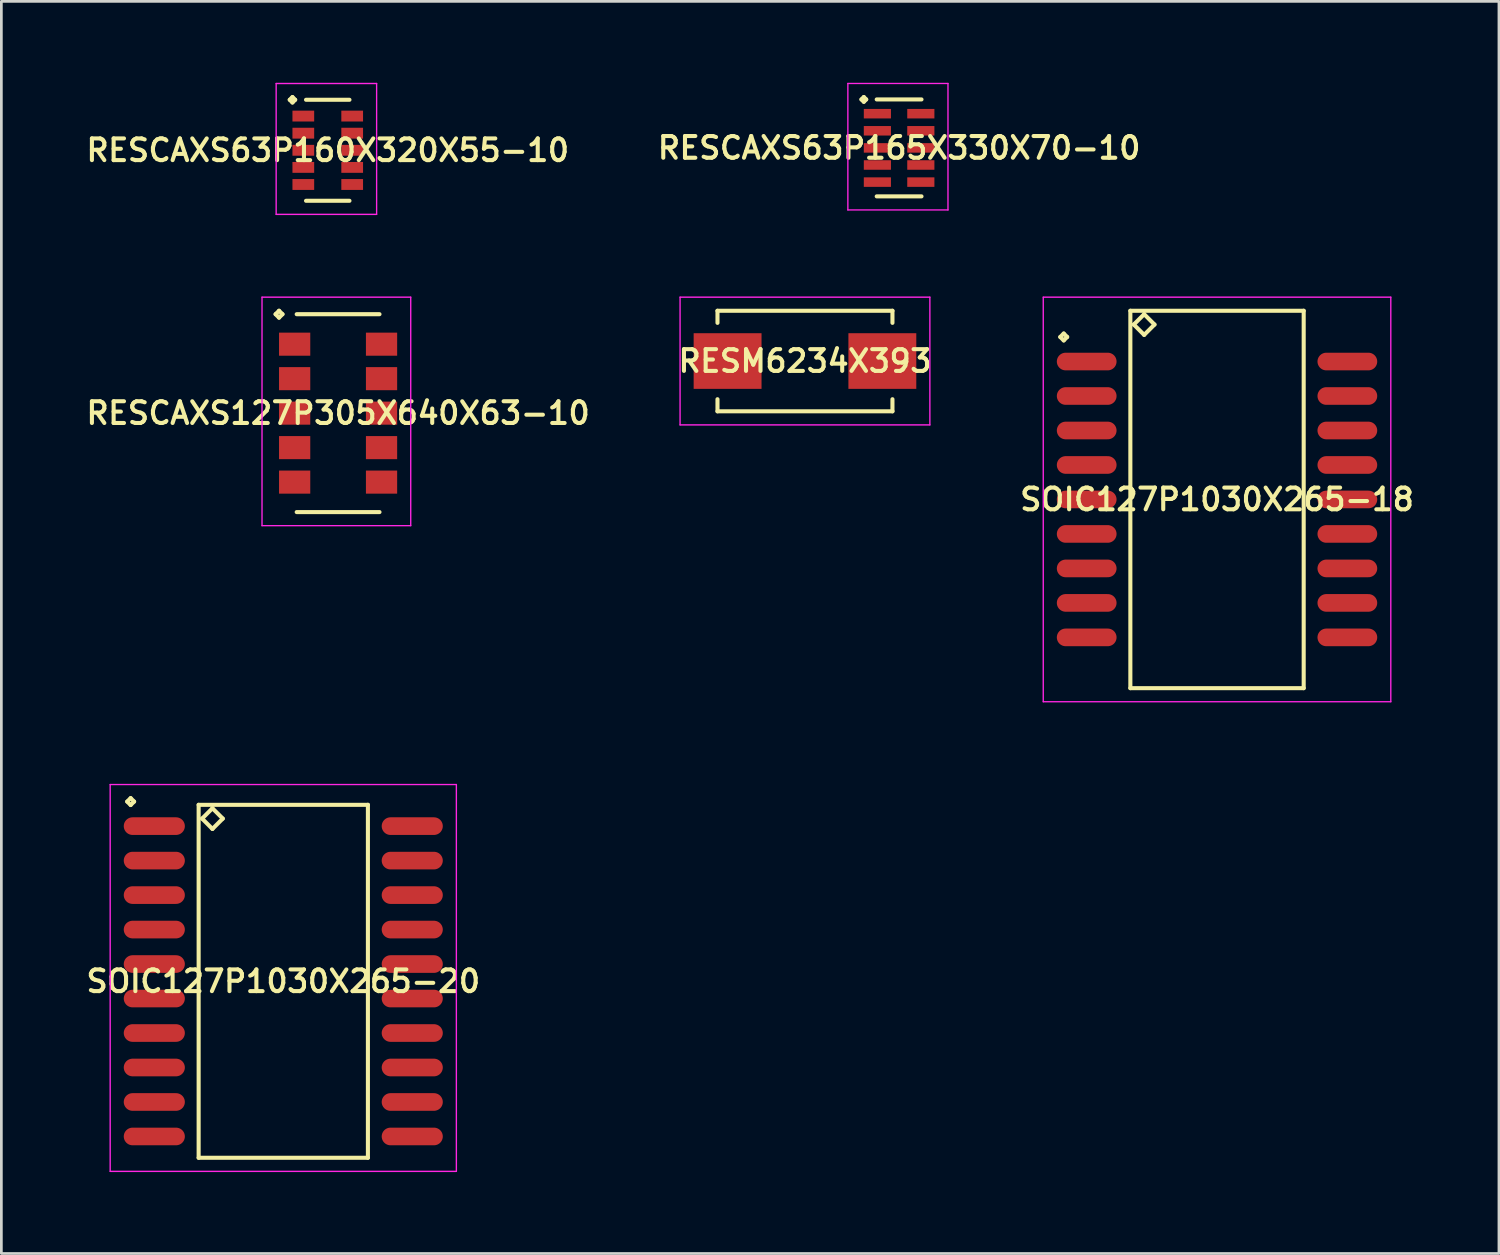
<source format=kicad_pcb>
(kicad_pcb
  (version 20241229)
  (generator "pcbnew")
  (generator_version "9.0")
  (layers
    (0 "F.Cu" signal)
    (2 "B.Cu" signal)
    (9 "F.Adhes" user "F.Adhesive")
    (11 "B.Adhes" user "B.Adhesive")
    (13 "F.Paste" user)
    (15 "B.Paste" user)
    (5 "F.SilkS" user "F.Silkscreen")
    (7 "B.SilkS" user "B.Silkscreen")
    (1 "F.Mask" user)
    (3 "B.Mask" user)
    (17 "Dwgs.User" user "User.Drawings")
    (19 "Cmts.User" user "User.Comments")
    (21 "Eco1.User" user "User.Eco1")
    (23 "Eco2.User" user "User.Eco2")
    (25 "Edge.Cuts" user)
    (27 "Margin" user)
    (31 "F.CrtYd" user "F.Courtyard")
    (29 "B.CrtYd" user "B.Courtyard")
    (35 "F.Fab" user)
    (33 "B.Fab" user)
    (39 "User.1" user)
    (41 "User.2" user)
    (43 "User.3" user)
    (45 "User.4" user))
  (footprint "SOIC127P1030X265-20"
    (layer "F.Cu")
    (at 7.383 33.091)
    (property "Reference" "SOIC127P1030X265-20" (at 0 0 0) (layer "F.SilkS") (effects (font (size 0.8 0.8) (thickness 0.15))))
    (attr smd)
    (fp_line (start -5.748 -6.619) (end -5.621 -6.746) (stroke (width 0.15) (type solid)) (layer "F.SilkS"))
    (fp_line (start -5.621 -6.746) (end -5.494 -6.619) (stroke (width 0.15) (type solid)) (layer "F.SilkS"))
    (fp_line (start -5.621 -6.492) (end -5.748 -6.619) (stroke (width 0.15) (type solid)) (layer "F.SilkS"))
    (fp_line (start -5.494 -6.619) (end -5.621 -6.492) (stroke (width 0.15) (type solid)) (layer "F.SilkS"))
    (fp_line (start -3.117 -6.5) (end -3.117 6.5) (stroke (width 0.15) (type solid)) (layer "F.SilkS"))
    (fp_line (start -3.117 6.5) (end 3.117 6.5) (stroke (width 0.15) (type solid)) (layer "F.SilkS"))
    (fp_line (start -2.99 -5.992) (end -2.609 -6.373) (stroke (width 0.15) (type solid)) (layer "F.SilkS"))
    (fp_line (start -2.609 -6.373) (end -2.228 -5.992) (stroke (width 0.15) (type solid)) (layer "F.SilkS"))
    (fp_line (start -2.609 -5.611) (end -2.99 -5.992) (stroke (width 0.15) (type solid)) (layer "F.SilkS"))
    (fp_line (start -2.228 -5.992) (end -2.609 -5.611) (stroke (width 0.15) (type solid)) (layer "F.SilkS"))
    (fp_line (start 3.117 -6.5) (end -3.117 -6.5) (stroke (width 0.15) (type solid)) (layer "F.SilkS"))
    (fp_line (start 3.117 6.5) (end 3.117 -6.5) (stroke (width 0.15) (type solid)) (layer "F.SilkS"))
    (fp_line (start -6.375 -7.246) (end 6.375 -7.246) (stroke (width 0.05) (type solid)) (layer "F.CrtYd"))
    (fp_line (start -6.375 7) (end -6.375 -7.246) (stroke (width 0.05) (type solid)) (layer "F.CrtYd"))
    (fp_line (start 6.375 -7.246) (end 6.375 7) (stroke (width 0.05) (type solid)) (layer "F.CrtYd"))
    (fp_line (start 6.375 7) (end -6.375 7) (stroke (width 0.05) (type solid)) (layer "F.CrtYd"))
    (pad "1" smd oval (at -4.75 -5.715) (size 2.25 0.65) (layers "F.Cu" "F.Mask" "F.Paste"))
    (pad "2" smd oval (at -4.75 -4.445) (size 2.25 0.65) (layers "F.Cu" "F.Mask" "F.Paste"))
    (pad "3" smd oval (at -4.75 -3.175) (size 2.25 0.65) (layers "F.Cu" "F.Mask" "F.Paste"))
    (pad "4" smd oval (at -4.75 -1.905) (size 2.25 0.65) (layers "F.Cu" "F.Mask" "F.Paste"))
    (pad "5" smd oval (at -4.75 -0.635) (size 2.25 0.65) (layers "F.Cu" "F.Mask" "F.Paste"))
    (pad "6" smd oval (at -4.75 0.635) (size 2.25 0.65) (layers "F.Cu" "F.Mask" "F.Paste"))
    (pad "7" smd oval (at -4.75 1.905) (size 2.25 0.65) (layers "F.Cu" "F.Mask" "F.Paste"))
    (pad "8" smd oval (at -4.75 3.175) (size 2.25 0.65) (layers "F.Cu" "F.Mask" "F.Paste"))
    (pad "9" smd oval (at -4.75 4.445) (size 2.25 0.65) (layers "F.Cu" "F.Mask" "F.Paste"))
    (pad "10" smd oval (at -4.75 5.715) (size 2.25 0.65) (layers "F.Cu" "F.Mask" "F.Paste"))
    (pad "11" smd oval (at 4.75 5.715) (size 2.25 0.65) (layers "F.Cu" "F.Mask" "F.Paste"))
    (pad "12" smd oval (at 4.75 4.445) (size 2.25 0.65) (layers "F.Cu" "F.Mask" "F.Paste"))
    (pad "13" smd oval (at 4.75 3.175) (size 2.25 0.65) (layers "F.Cu" "F.Mask" "F.Paste"))
    (pad "14" smd oval (at 4.75 1.905) (size 2.25 0.65) (layers "F.Cu" "F.Mask" "F.Paste"))
    (pad "15" smd oval (at 4.75 0.635) (size 2.25 0.65) (layers "F.Cu" "F.Mask" "F.Paste"))
    (pad "16" smd oval (at 4.75 -0.635) (size 2.25 0.65) (layers "F.Cu" "F.Mask" "F.Paste"))
    (pad "17" smd oval (at 4.75 -1.905) (size 2.25 0.65) (layers "F.Cu" "F.Mask" "F.Paste"))
    (pad "18" smd oval (at 4.75 -3.175) (size 2.25 0.65) (layers "F.Cu" "F.Mask" "F.Paste"))
    (pad "19" smd oval (at 4.75 -4.445) (size 2.25 0.65) (layers "F.Cu" "F.Mask" "F.Paste"))
    (pad "20" smd oval (at 4.75 -5.715) (size 2.25 0.65) (layers "F.Cu" "F.Mask" "F.Paste")))
  (footprint "RESM6234X393"
    (layer "F.Cu")
    (at 26.597 10.247)
    (property "Reference" "RESM6234X393" (at 0 0 0) (layer "F.SilkS") (effects (font (size 0.8 0.8) (thickness 0.15))))
    (attr smd)
    (fp_line (start -3.222 -1.852) (end 3.222 -1.852) (stroke (width 0.15) (type solid)) (layer "F.SilkS"))
    (fp_line (start -3.222 -1.406) (end -3.222 -1.852) (stroke (width 0.15) (type solid)) (layer "F.SilkS"))
    (fp_line (start -3.222 1.406) (end -3.222 1.852) (stroke (width 0.15) (type solid)) (layer "F.SilkS"))
    (fp_line (start -3.222 1.852) (end 3.222 1.852) (stroke (width 0.15) (type solid)) (layer "F.SilkS"))
    (fp_line (start 3.222 -1.852) (end 3.222 -1.406) (stroke (width 0.15) (type solid)) (layer "F.SilkS"))
    (fp_line (start 3.222 1.852) (end 3.222 1.406) (stroke (width 0.15) (type solid)) (layer "F.SilkS"))
    (fp_line (start -4.6 -2.352) (end 4.6 -2.352) (stroke (width 0.05) (type solid)) (layer "F.CrtYd"))
    (fp_line (start -4.6 2.352) (end -4.6 -2.352) (stroke (width 0.05) (type solid)) (layer "F.CrtYd"))
    (fp_line (start 4.6 -2.352) (end 4.6 2.352) (stroke (width 0.05) (type solid)) (layer "F.CrtYd"))
    (fp_line (start 4.6 2.352) (end -4.6 2.352) (stroke (width 0.05) (type solid)) (layer "F.CrtYd"))
    (pad "1" smd rect (at -2.85 0) (size 2.5 2.05) (layers "F.Cu" "F.Mask" "F.Paste"))
    (pad "2" smd rect (at 2.85 0) (size 2.5 2.05) (layers "F.Cu" "F.Mask" "F.Paste")))
  (footprint "SOIC127P1030X265-18"
    (layer "F.Cu")
    (at 41.773 15.345)
    (property "Reference" "SOIC127P1030X265-18" (at 0 0 0) (layer "F.SilkS") (effects (font (size 0.8 0.8) (thickness 0.15))))
    (attr smd)
    (fp_line (start -5.773 -5.984) (end -5.646 -6.111) (stroke (width 0.15) (type solid)) (layer "F.SilkS"))
    (fp_line (start -5.646 -6.111) (end -5.519 -5.984) (stroke (width 0.15) (type solid)) (layer "F.SilkS"))
    (fp_line (start -5.646 -5.857) (end -5.773 -5.984) (stroke (width 0.15) (type solid)) (layer "F.SilkS"))
    (fp_line (start -5.519 -5.984) (end -5.646 -5.857) (stroke (width 0.15) (type solid)) (layer "F.SilkS"))
    (fp_line (start -3.192 -6.95) (end -3.192 6.95) (stroke (width 0.15) (type solid)) (layer "F.SilkS"))
    (fp_line (start -3.192 6.95) (end 3.192 6.95) (stroke (width 0.15) (type solid)) (layer "F.SilkS"))
    (fp_line (start -3.065 -6.442) (end -2.684 -6.823) (stroke (width 0.15) (type solid)) (layer "F.SilkS"))
    (fp_line (start -2.684 -6.823) (end -2.303 -6.442) (stroke (width 0.15) (type solid)) (layer "F.SilkS"))
    (fp_line (start -2.684 -6.061) (end -3.065 -6.442) (stroke (width 0.15) (type solid)) (layer "F.SilkS"))
    (fp_line (start -2.303 -6.442) (end -2.684 -6.061) (stroke (width 0.15) (type solid)) (layer "F.SilkS"))
    (fp_line (start 3.192 -6.95) (end -3.192 -6.95) (stroke (width 0.15) (type solid)) (layer "F.SilkS"))
    (fp_line (start 3.192 6.95) (end 3.192 -6.95) (stroke (width 0.15) (type solid)) (layer "F.SilkS"))
    (fp_line (start -6.4 -7.45) (end 6.4 -7.45) (stroke (width 0.05) (type solid)) (layer "F.CrtYd"))
    (fp_line (start -6.4 7.45) (end -6.4 -7.45) (stroke (width 0.05) (type solid)) (layer "F.CrtYd"))
    (fp_line (start 6.4 -7.45) (end 6.4 7.45) (stroke (width 0.05) (type solid)) (layer "F.CrtYd"))
    (fp_line (start 6.4 7.45) (end -6.4 7.45) (stroke (width 0.05) (type solid)) (layer "F.CrtYd"))
    (pad "1" smd oval (at -4.8 -5.08) (size 2.2 0.65) (layers "F.Cu" "F.Mask" "F.Paste"))
    (pad "2" smd oval (at -4.8 -3.81) (size 2.2 0.65) (layers "F.Cu" "F.Mask" "F.Paste"))
    (pad "3" smd oval (at -4.8 -2.54) (size 2.2 0.65) (layers "F.Cu" "F.Mask" "F.Paste"))
    (pad "4" smd oval (at -4.8 -1.27) (size 2.2 0.65) (layers "F.Cu" "F.Mask" "F.Paste"))
    (pad "5" smd oval (at -4.8 0) (size 2.2 0.65) (layers "F.Cu" "F.Mask" "F.Paste"))
    (pad "6" smd oval (at -4.8 1.27) (size 2.2 0.65) (layers "F.Cu" "F.Mask" "F.Paste"))
    (pad "7" smd oval (at -4.8 2.54) (size 2.2 0.65) (layers "F.Cu" "F.Mask" "F.Paste"))
    (pad "8" smd oval (at -4.8 3.81) (size 2.2 0.65) (layers "F.Cu" "F.Mask" "F.Paste"))
    (pad "9" smd oval (at -4.8 5.08) (size 2.2 0.65) (layers "F.Cu" "F.Mask" "F.Paste"))
    (pad "10" smd oval (at 4.8 5.08) (size 2.2 0.65) (layers "F.Cu" "F.Mask" "F.Paste"))
    (pad "11" smd oval (at 4.8 3.81) (size 2.2 0.65) (layers "F.Cu" "F.Mask" "F.Paste"))
    (pad "12" smd oval (at 4.8 2.54) (size 2.2 0.65) (layers "F.Cu" "F.Mask" "F.Paste"))
    (pad "13" smd oval (at 4.8 1.27) (size 2.2 0.65) (layers "F.Cu" "F.Mask" "F.Paste"))
    (pad "14" smd oval (at 4.8 0) (size 2.2 0.65) (layers "F.Cu" "F.Mask" "F.Paste"))
    (pad "15" smd oval (at 4.8 -1.27) (size 2.2 0.65) (layers "F.Cu" "F.Mask" "F.Paste"))
    (pad "16" smd oval (at 4.8 -2.54) (size 2.2 0.65) (layers "F.Cu" "F.Mask" "F.Paste"))
    (pad "17" smd oval (at 4.8 -3.81) (size 2.2 0.65) (layers "F.Cu" "F.Mask" "F.Paste"))
    (pad "18" smd oval (at 4.8 -5.08) (size 2.2 0.65) (layers "F.Cu" "F.Mask" "F.Paste")))
  (footprint "RESCAXS63P165X330X70-10"
    (layer "F.Cu")
    (at 30.064 2.397)
    (property "Reference" "RESCAXS63P165X330X70-10" (at 0 0 0) (layer "F.SilkS") (effects (font (size 0.8 0.8) (thickness 0.15))))
    (attr smd)
    (fp_line (start -1.387 -1.785) (end -1.3 -1.873) (stroke (width 0.15) (type solid)) (layer "F.SilkS"))
    (fp_line (start -1.3 -1.873) (end -1.212 -1.785) (stroke (width 0.15) (type solid)) (layer "F.SilkS"))
    (fp_line (start -1.3 -1.698) (end -1.387 -1.785) (stroke (width 0.15) (type solid)) (layer "F.SilkS"))
    (fp_line (start -1.212 -1.785) (end -1.3 -1.698) (stroke (width 0.15) (type solid)) (layer "F.SilkS"))
    (fp_line (start -0.825 -1.785) (end 0.825 -1.785) (stroke (width 0.15) (type solid)) (layer "F.SilkS"))
    (fp_line (start -0.825 1.785) (end 0.825 1.785) (stroke (width 0.15) (type solid)) (layer "F.SilkS"))
    (fp_line (start -1.887 -2.373) (end 1.8 -2.373) (stroke (width 0.05) (type solid)) (layer "F.CrtYd"))
    (fp_line (start -1.887 2.285) (end -1.887 -2.373) (stroke (width 0.05) (type solid)) (layer "F.CrtYd"))
    (fp_line (start 1.8 -2.373) (end 1.8 2.285) (stroke (width 0.05) (type solid)) (layer "F.CrtYd"))
    (fp_line (start 1.8 2.285) (end -1.887 2.285) (stroke (width 0.05) (type solid)) (layer "F.CrtYd"))
    (pad "1" smd rect (at -0.8 -1.26) (size 1 0.35) (layers "F.Cu" "F.Mask" "F.Paste"))
    (pad "2" smd rect (at -0.8 -0.63) (size 1 0.35) (layers "F.Cu" "F.Mask" "F.Paste"))
    (pad "3" smd rect (at -0.8 0) (size 1 0.35) (layers "F.Cu" "F.Mask" "F.Paste"))
    (pad "4" smd rect (at -0.8 0.63) (size 1 0.35) (layers "F.Cu" "F.Mask" "F.Paste"))
    (pad "5" smd rect (at -0.8 1.26) (size 1 0.35) (layers "F.Cu" "F.Mask" "F.Paste"))
    (pad "6" smd rect (at 0.8 1.26) (size 1 0.35) (layers "F.Cu" "F.Mask" "F.Paste"))
    (pad "7" smd rect (at 0.8 0.63) (size 1 0.35) (layers "F.Cu" "F.Mask" "F.Paste"))
    (pad "8" smd rect (at 0.8 0) (size 1 0.35) (layers "F.Cu" "F.Mask" "F.Paste"))
    (pad "9" smd rect (at 0.8 -0.63) (size 1 0.35) (layers "F.Cu" "F.Mask" "F.Paste"))
    (pad "10" smd rect (at 0.8 -1.26) (size 1 0.35) (layers "F.Cu" "F.Mask" "F.Paste")))
  (footprint "RESCAXS63P160X320X55-10"
    (layer "F.Cu")
    (at 9.021 2.485)
    (property "Reference" "RESCAXS63P160X320X55-10" (at 0 0 0) (layer "F.SilkS") (effects (font (size 0.8 0.8) (thickness 0.15))))
    (attr smd)
    (fp_line (start -1.4 -1.86) (end -1.3 -1.96) (stroke (width 0.15) (type solid)) (layer "F.SilkS"))
    (fp_line (start -1.3 -1.96) (end -1.2 -1.86) (stroke (width 0.15) (type solid)) (layer "F.SilkS"))
    (fp_line (start -1.3 -1.76) (end -1.4 -1.86) (stroke (width 0.15) (type solid)) (layer "F.SilkS"))
    (fp_line (start -1.2 -1.86) (end -1.3 -1.76) (stroke (width 0.15) (type solid)) (layer "F.SilkS"))
    (fp_line (start -0.8 -1.86) (end 0.8 -1.86) (stroke (width 0.15) (type solid)) (layer "F.SilkS"))
    (fp_line (start -0.8 1.86) (end 0.8 1.86) (stroke (width 0.15) (type solid)) (layer "F.SilkS"))
    (fp_line (start -1.9 -2.46) (end 1.8 -2.46) (stroke (width 0.05) (type solid)) (layer "F.CrtYd"))
    (fp_line (start -1.9 2.36) (end -1.9 -2.46) (stroke (width 0.05) (type solid)) (layer "F.CrtYd"))
    (fp_line (start 1.8 -2.46) (end 1.8 2.36) (stroke (width 0.05) (type solid)) (layer "F.CrtYd"))
    (fp_line (start 1.8 2.36) (end -1.9 2.36) (stroke (width 0.05) (type solid)) (layer "F.CrtYd"))
    (pad "1" smd rect (at -0.9 -1.26) (size 0.8 0.4) (layers "F.Cu" "F.Mask" "F.Paste"))
    (pad "2" smd rect (at -0.9 -0.63) (size 0.8 0.4) (layers "F.Cu" "F.Mask" "F.Paste"))
    (pad "3" smd rect (at -0.9 0) (size 0.8 0.4) (layers "F.Cu" "F.Mask" "F.Paste"))
    (pad "4" smd rect (at -0.9 0.63) (size 0.8 0.4) (layers "F.Cu" "F.Mask" "F.Paste"))
    (pad "5" smd rect (at -0.9 1.26) (size 0.8 0.4) (layers "F.Cu" "F.Mask" "F.Paste"))
    (pad "6" smd rect (at 0.9 1.26) (size 0.8 0.4) (layers "F.Cu" "F.Mask" "F.Paste"))
    (pad "7" smd rect (at 0.9 0.63) (size 0.8 0.4) (layers "F.Cu" "F.Mask" "F.Paste"))
    (pad "8" smd rect (at 0.9 0) (size 0.8 0.4) (layers "F.Cu" "F.Mask" "F.Paste"))
    (pad "9" smd rect (at 0.9 -0.63) (size 0.8 0.4) (layers "F.Cu" "F.Mask" "F.Paste"))
    (pad "10" smd rect (at 0.9 -1.26) (size 0.8 0.4) (layers "F.Cu" "F.Mask" "F.Paste")))
  (footprint "RESCAXS127P305X640X63-10"
    (layer "F.Cu")
    (at 9.402 12.166)
    (property "Reference" "RESCAXS127P305X640X63-10" (at 0 0 0) (layer "F.SilkS") (effects (font (size 0.8 0.8) (thickness 0.15))))
    (attr smd)
    (fp_line (start -2.302 -3.644) (end -2.175 -3.771) (stroke (width 0.15) (type solid)) (layer "F.SilkS"))
    (fp_line (start -2.175 -3.771) (end -2.048 -3.644) (stroke (width 0.15) (type solid)) (layer "F.SilkS"))
    (fp_line (start -2.175 -3.517) (end -2.302 -3.644) (stroke (width 0.15) (type solid)) (layer "F.SilkS"))
    (fp_line (start -2.048 -3.644) (end -2.175 -3.517) (stroke (width 0.15) (type solid)) (layer "F.SilkS"))
    (fp_line (start -1.525 -3.644) (end 1.525 -3.644) (stroke (width 0.15) (type solid)) (layer "F.SilkS"))
    (fp_line (start -1.525 3.644) (end 1.525 3.644) (stroke (width 0.15) (type solid)) (layer "F.SilkS"))
    (fp_line (start -2.802 -4.271) (end 2.675 -4.271) (stroke (width 0.05) (type solid)) (layer "F.CrtYd"))
    (fp_line (start -2.802 4.144) (end -2.802 -4.271) (stroke (width 0.05) (type solid)) (layer "F.CrtYd"))
    (fp_line (start 2.675 -4.271) (end 2.675 4.144) (stroke (width 0.05) (type solid)) (layer "F.CrtYd"))
    (fp_line (start 2.675 4.144) (end -2.802 4.144) (stroke (width 0.05) (type solid)) (layer "F.CrtYd"))
    (pad "1" smd rect (at -1.6 -2.54) (size 1.15 0.85) (layers "F.Cu" "F.Mask" "F.Paste"))
    (pad "2" smd rect (at -1.6 -1.27) (size 1.15 0.85) (layers "F.Cu" "F.Mask" "F.Paste"))
    (pad "3" smd rect (at -1.6 0) (size 1.15 0.85) (layers "F.Cu" "F.Mask" "F.Paste"))
    (pad "4" smd rect (at -1.6 1.27) (size 1.15 0.85) (layers "F.Cu" "F.Mask" "F.Paste"))
    (pad "5" smd rect (at -1.6 2.54) (size 1.15 0.85) (layers "F.Cu" "F.Mask" "F.Paste"))
    (pad "6" smd rect (at 1.6 2.54) (size 1.15 0.85) (layers "F.Cu" "F.Mask" "F.Paste"))
    (pad "7" smd rect (at 1.6 1.27) (size 1.15 0.85) (layers "F.Cu" "F.Mask" "F.Paste"))
    (pad "8" smd rect (at 1.6 0) (size 1.15 0.85) (layers "F.Cu" "F.Mask" "F.Paste"))
    (pad "9" smd rect (at 1.6 -1.27) (size 1.15 0.85) (layers "F.Cu" "F.Mask" "F.Paste"))
    (pad "10" smd rect (at 1.6 -2.54) (size 1.15 0.85) (layers "F.Cu" "F.Mask" "F.Paste")))
  (gr_rect
    (start -3 -3)
    (end 52.156 43.116)
    (stroke (width 0.1) (type default))
    (fill no)
    (layer "Edge.Cuts")))
</source>
